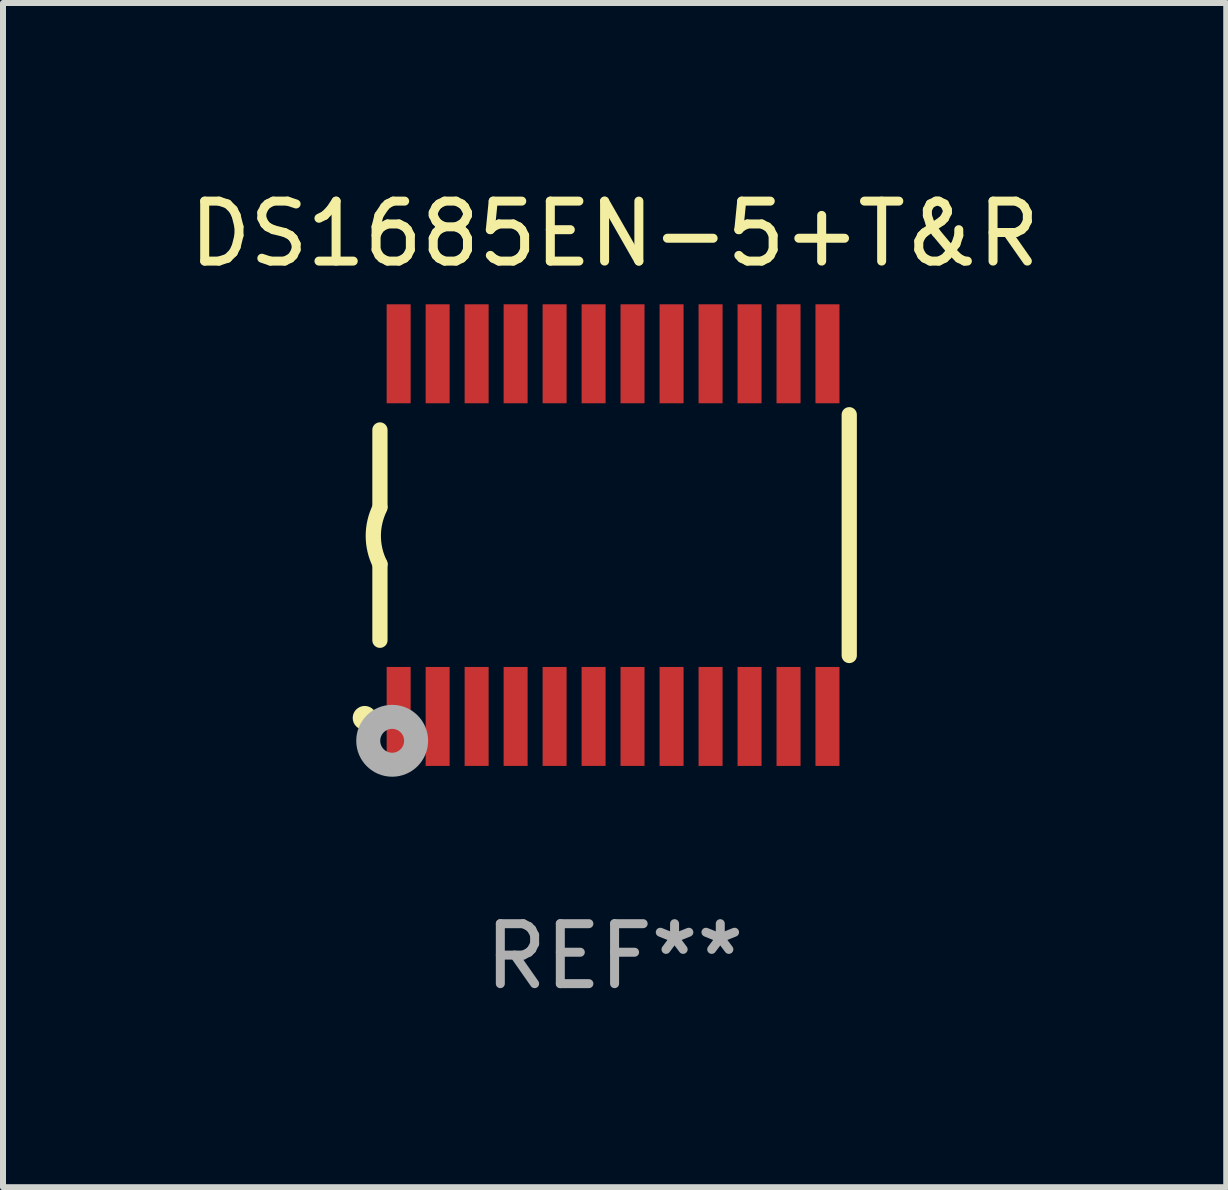
<source format=kicad_pcb>
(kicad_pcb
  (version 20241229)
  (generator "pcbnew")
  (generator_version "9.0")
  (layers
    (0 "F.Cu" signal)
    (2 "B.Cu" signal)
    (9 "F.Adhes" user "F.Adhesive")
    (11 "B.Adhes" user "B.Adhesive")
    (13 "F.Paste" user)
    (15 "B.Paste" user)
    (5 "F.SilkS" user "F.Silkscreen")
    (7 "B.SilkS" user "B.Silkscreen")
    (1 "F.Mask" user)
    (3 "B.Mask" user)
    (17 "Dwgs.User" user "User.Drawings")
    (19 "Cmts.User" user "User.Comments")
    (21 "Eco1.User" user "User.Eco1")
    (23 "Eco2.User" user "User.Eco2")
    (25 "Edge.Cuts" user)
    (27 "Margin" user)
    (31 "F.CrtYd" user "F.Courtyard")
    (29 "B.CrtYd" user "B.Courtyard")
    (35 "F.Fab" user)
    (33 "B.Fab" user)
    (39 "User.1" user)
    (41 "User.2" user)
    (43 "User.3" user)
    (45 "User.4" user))
  (footprint "DS1685EN-5+T&R"
    (layer "F.Cu")
    (at 7.196 5.871)
    (property "Reference" "DS1685EN-5+T&R" (at 0 -5.023 0) (layer "F.SilkS") (effects (font (size 1 1) (thickness 0.15))))
    (attr through_hole)
    (fp_line (start -3.912 -0.483) (end -3.912 -1.753) (stroke (width 0.254) (type solid)) (layer "F.SilkS"))
    (fp_line (start -3.912 1.753) (end -3.912 0.483) (stroke (width 0.254) (type solid)) (layer "F.SilkS"))
    (fp_line (start 3.912 -2.007) (end 3.912 2.007) (stroke (width 0.254) (type solid)) (layer "F.SilkS"))
    (fp_arc (start -3.911608 0.482601) (mid -4.022537 0.0127) (end -3.911608 -0.457201) (stroke (width 0.254001) (type solid)) (layer "F.SilkS"))
    (fp_circle (center -4.166 3.048) (end -4.066 3.048) (stroke (width 0.2) (type solid)) (fill no) (layer "F.SilkS"))
    (fp_circle (center -3.925 3.186) (end -3.895 3.186) (stroke (width 0.06) (type solid)) (fill no) (layer "F.SilkS"))
    (fp_circle (center -3.708 3.429) (end -3.509 3.429) (stroke (width 0.4) (type solid)) (fill no) (layer "F.Fab"))
    (fp_text user "REF**" (at 0 7.023 0) (layer "F.Fab") (effects (font (size 1 1) (thickness 0.15))))
    (pad "1" smd rect (at -3.6 3.023) (size 0.4 1.65) (layers "F.Cu" "F.Mask" "F.Paste"))
    (pad "2" smd rect (at -2.95 3.023) (size 0.4 1.65) (layers "F.Cu" "F.Mask" "F.Paste"))
    (pad "3" smd rect (at -2.3 3.023) (size 0.4 1.65) (layers "F.Cu" "F.Mask" "F.Paste"))
    (pad "4" smd rect (at -1.65 3.023) (size 0.4 1.65) (layers "F.Cu" "F.Mask" "F.Paste"))
    (pad "5" smd rect (at -1 3.023) (size 0.4 1.65) (layers "F.Cu" "F.Mask" "F.Paste"))
    (pad "6" smd rect (at -0.35 3.023) (size 0.4 1.65) (layers "F.Cu" "F.Mask" "F.Paste"))
    (pad "7" smd rect (at 0.299 3.023) (size 0.4 1.65) (layers "F.Cu" "F.Mask" "F.Paste"))
    (pad "8" smd rect (at 0.95 3.023) (size 0.4 1.65) (layers "F.Cu" "F.Mask" "F.Paste"))
    (pad "9" smd rect (at 1.6 3.023) (size 0.4 1.65) (layers "F.Cu" "F.Mask" "F.Paste"))
    (pad "10" smd rect (at 2.25 3.023) (size 0.4 1.65) (layers "F.Cu" "F.Mask" "F.Paste"))
    (pad "11" smd rect (at 2.9 3.023) (size 0.4 1.65) (layers "F.Cu" "F.Mask" "F.Paste"))
    (pad "12" smd rect (at 3.549 3.023) (size 0.4 1.65) (layers "F.Cu" "F.Mask" "F.Paste"))
    (pad "13" smd rect (at 3.549 -3.023) (size 0.4 1.65) (layers "F.Cu" "F.Mask" "F.Paste"))
    (pad "14" smd rect (at 2.9 -3.023) (size 0.4 1.65) (layers "F.Cu" "F.Mask" "F.Paste"))
    (pad "15" smd rect (at 2.25 -3.023) (size 0.4 1.65) (layers "F.Cu" "F.Mask" "F.Paste"))
    (pad "16" smd rect (at 1.6 -3.023) (size 0.4 1.65) (layers "F.Cu" "F.Mask" "F.Paste"))
    (pad "17" smd rect (at 0.95 -3.023) (size 0.4 1.65) (layers "F.Cu" "F.Mask" "F.Paste"))
    (pad "18" smd rect (at 0.299 -3.023) (size 0.4 1.65) (layers "F.Cu" "F.Mask" "F.Paste"))
    (pad "19" smd rect (at -0.35 -3.023) (size 0.4 1.65) (layers "F.Cu" "F.Mask" "F.Paste"))
    (pad "20" smd rect (at -1 -3.023) (size 0.4 1.65) (layers "F.Cu" "F.Mask" "F.Paste"))
    (pad "21" smd rect (at -1.65 -3.023) (size 0.4 1.65) (layers "F.Cu" "F.Mask" "F.Paste"))
    (pad "22" smd rect (at -2.3 -3.023) (size 0.4 1.65) (layers "F.Cu" "F.Mask" "F.Paste"))
    (pad "23" smd rect (at -2.95 -3.023) (size 0.4 1.65) (layers "F.Cu" "F.Mask" "F.Paste"))
    (pad "24" smd rect (at -3.6 -3.023) (size 0.4 1.65) (layers "F.Cu" "F.Mask" "F.Paste")))
  (gr_rect
    (start -3 -3)
    (end 17.393 16.742)
    (stroke (width 0.1) (type default))
    (fill no)
    (layer "Edge.Cuts")))
</source>
